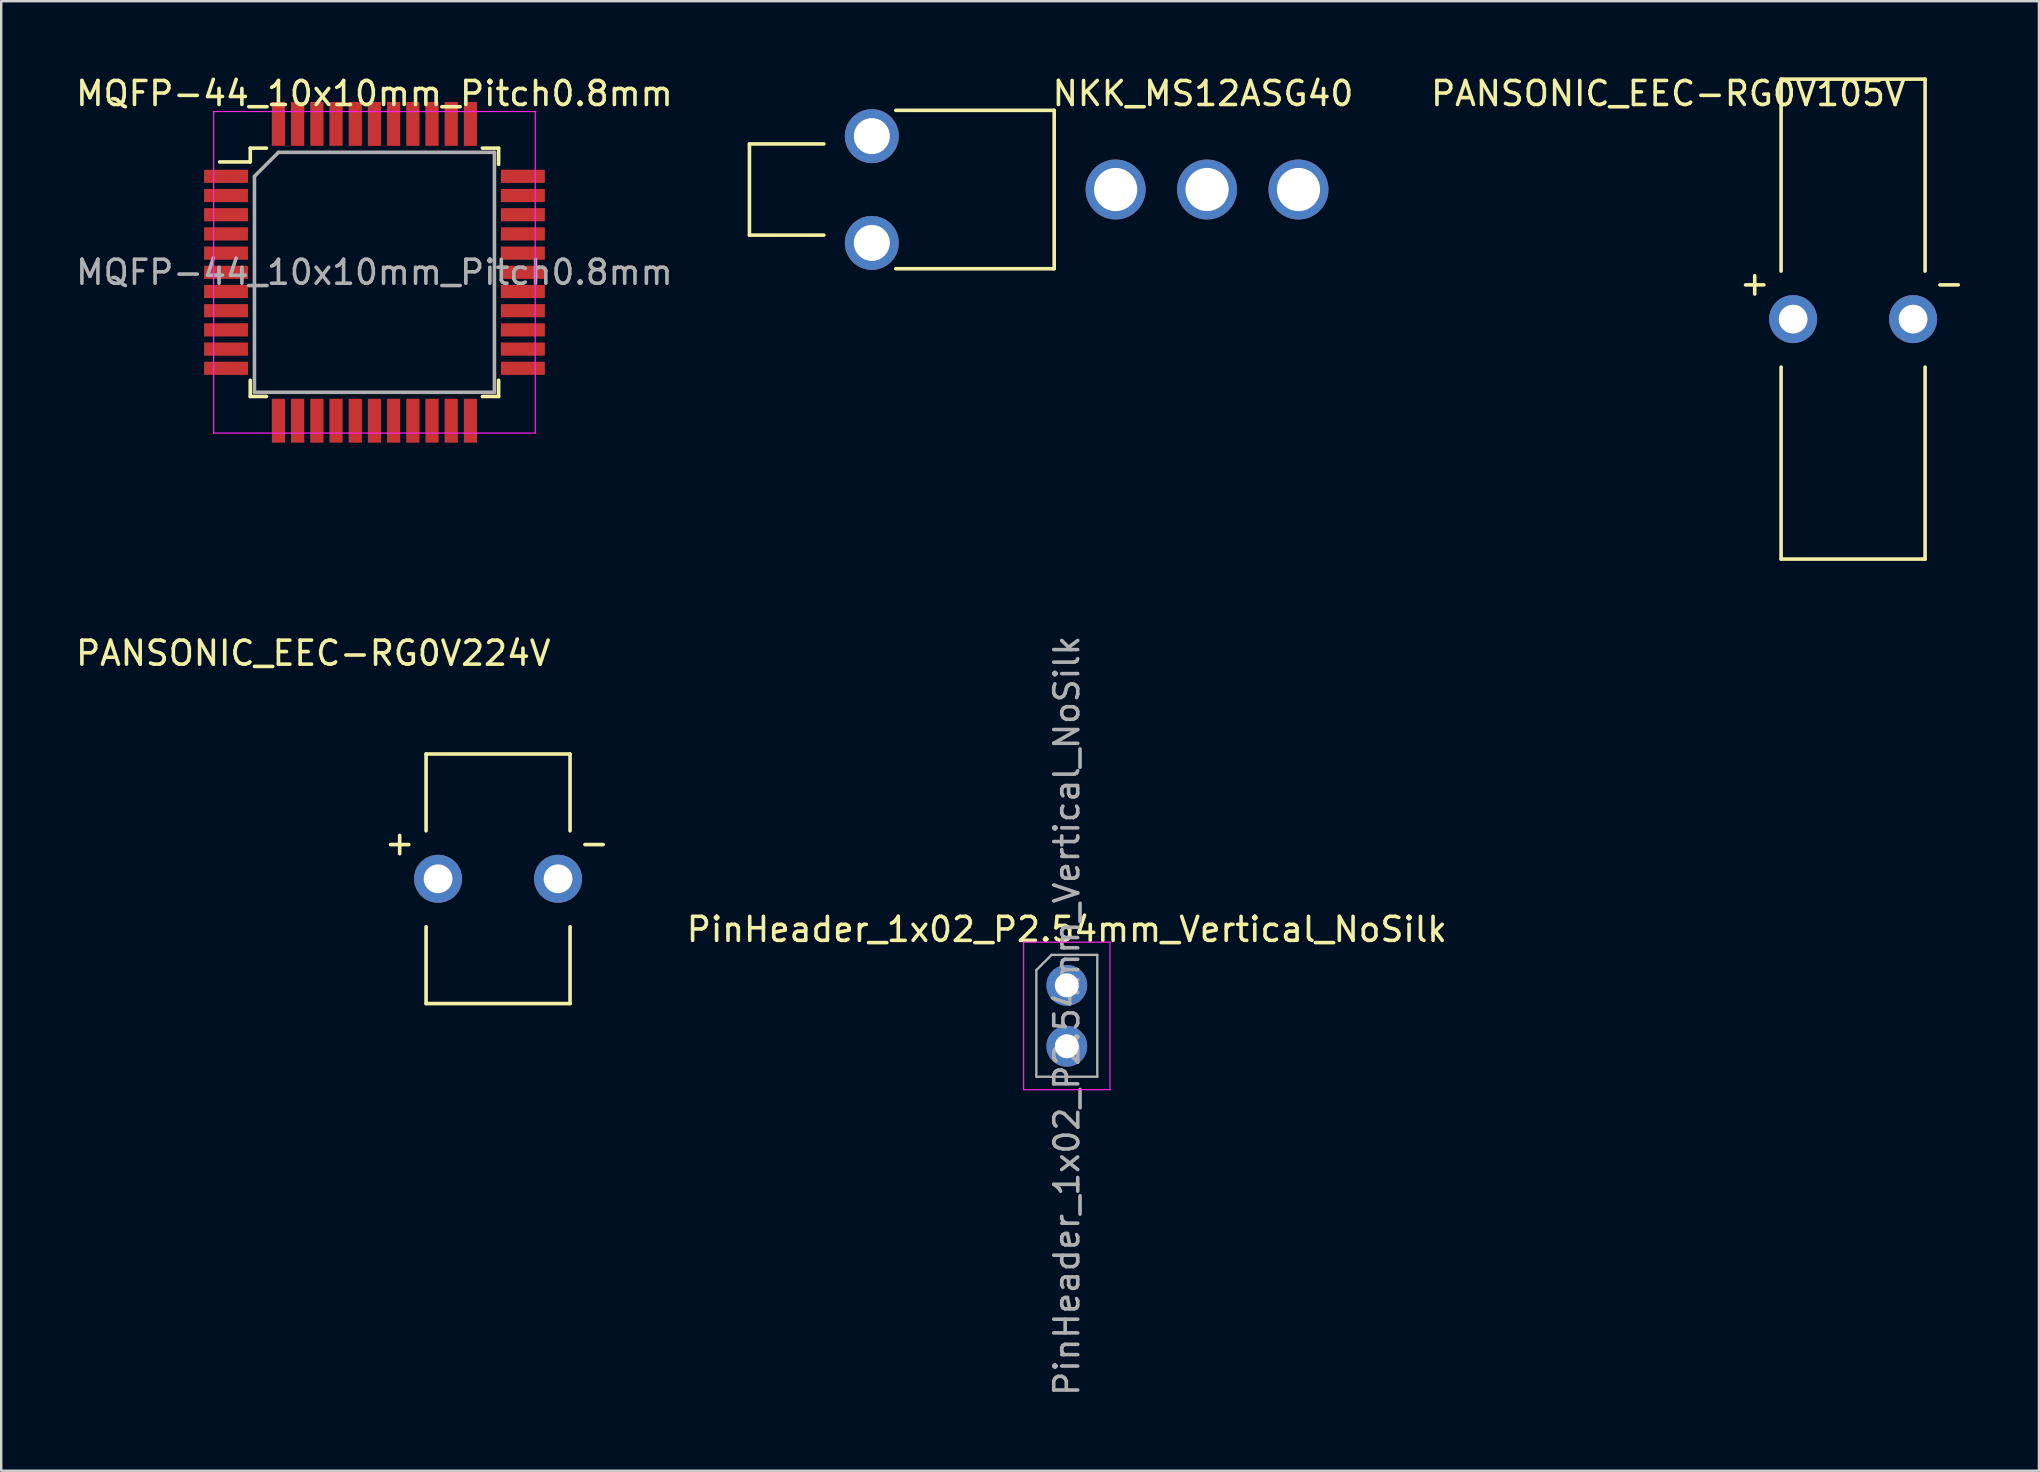
<source format=kicad_pcb>
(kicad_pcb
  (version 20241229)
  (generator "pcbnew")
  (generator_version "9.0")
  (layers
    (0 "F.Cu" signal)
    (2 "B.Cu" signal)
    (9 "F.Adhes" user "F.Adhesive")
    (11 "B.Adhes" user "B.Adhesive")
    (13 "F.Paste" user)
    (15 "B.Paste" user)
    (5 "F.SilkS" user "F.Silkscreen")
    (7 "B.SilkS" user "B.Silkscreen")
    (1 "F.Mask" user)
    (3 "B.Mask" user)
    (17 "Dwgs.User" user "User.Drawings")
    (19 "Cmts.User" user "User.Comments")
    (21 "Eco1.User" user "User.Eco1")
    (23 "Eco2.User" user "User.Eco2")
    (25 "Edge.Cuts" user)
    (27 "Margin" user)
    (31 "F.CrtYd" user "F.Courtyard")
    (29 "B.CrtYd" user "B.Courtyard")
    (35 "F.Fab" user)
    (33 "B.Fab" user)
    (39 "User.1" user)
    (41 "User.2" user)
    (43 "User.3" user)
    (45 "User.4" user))
  (footprint "PinHeader_1x02_P2.54mm_Vertical_NoSilk"
    (layer "F.Cu")
    (at 41.408 38.012)
    (property "Reference" "PinHeader_1x02_P2.54mm_Vertical_NoSilk" (at 0 -2.33 0) (layer "F.SilkS") (effects (font (size 1 1) (thickness 0.15))))
    (attr through_hole)
    (fp_line (start -1.8 -1.8) (end -1.8 4.35) (stroke (width 0.05) (type solid)) (layer "F.CrtYd"))
    (fp_line (start -1.8 4.35) (end 1.8 4.35) (stroke (width 0.05) (type solid)) (layer "F.CrtYd"))
    (fp_line (start 1.8 -1.8) (end -1.8 -1.8) (stroke (width 0.05) (type solid)) (layer "F.CrtYd"))
    (fp_line (start 1.8 4.35) (end 1.8 -1.8) (stroke (width 0.05) (type solid)) (layer "F.CrtYd"))
    (fp_line (start -1.27 -0.635) (end -0.635 -1.27) (stroke (width 0.1) (type solid)) (layer "F.Fab"))
    (fp_line (start -1.27 3.81) (end -1.27 -0.635) (stroke (width 0.1) (type solid)) (layer "F.Fab"))
    (fp_line (start -0.635 -1.27) (end 1.27 -1.27) (stroke (width 0.1) (type solid)) (layer "F.Fab"))
    (fp_line (start 1.27 -1.27) (end 1.27 3.81) (stroke (width 0.1) (type solid)) (layer "F.Fab"))
    (fp_line (start 1.27 3.81) (end -1.27 3.81) (stroke (width 0.1) (type solid)) (layer "F.Fab"))
    (fp_text user "${REFERENCE}" (at 0 1.27 90) (layer "F.Fab") (effects (font (size 1 1) (thickness 0.15))))
    (pad "1" thru_hole circle (at 0 0) (size 1.7 1.7) (drill 1) (layers "*.Cu" "*.Mask"))
    (pad "2" thru_hole oval (at 0 2.54) (size 1.7 1.7) (drill 1) (layers "*.Cu" "*.Mask")))
  (footprint "PANSONIC_EEC-RG0V105V"
    (layer "F.Cu")
    (at 74.175 10.248)
    (property "Reference" "PANSONIC_EEC-RG0V105V" (at -7.7 -9.4 0) (layer "F.SilkS") (effects (font (size 1 1) (thickness 0.15))))
    (attr through_hole)
    (fp_line (start -3 -10) (end 3 -10) (stroke (width 0.15) (type solid)) (layer "F.SilkS"))
    (fp_line (start -3 -2) (end -3 -10) (stroke (width 0.15) (type solid)) (layer "F.SilkS"))
    (fp_line (start -3 10) (end -3 2) (stroke (width 0.15) (type solid)) (layer "F.SilkS"))
    (fp_line (start 3 -10) (end 3 -2) (stroke (width 0.15) (type solid)) (layer "F.SilkS"))
    (fp_line (start 3 10) (end -3 10) (stroke (width 0.15) (type solid)) (layer "F.SilkS"))
    (fp_line (start 3 10) (end 3 2) (stroke (width 0.15) (type solid)) (layer "F.SilkS"))
    (fp_text user "-" (at 4 -1.5 0) (layer "F.SilkS") (effects (font (size 1 1) (thickness 0.15))))
    (fp_text user "+" (at -4.1 -1.5 0) (layer "F.SilkS") (effects (font (size 1 1) (thickness 0.15))))
    (pad "1" thru_hole circle (at -2.5 0) (size 2 2) (drill 1.2) (layers "*.Cu" "*.Mask"))
    (pad "2" thru_hole circle (at 2.5 0) (size 2 2) (drill 1.2) (layers "*.Cu" "*.Mask")))
  (footprint "PANSONIC_EEC-RG0V224V"
    (layer "F.Cu")
    (at 17.706 33.572)
    (property "Reference" "PANSONIC_EEC-RG0V224V" (at -7.7 -9.4 0) (layer "F.SilkS") (effects (font (size 1 1) (thickness 0.15))))
    (attr through_hole)
    (fp_line (start -3 -5.2) (end 3 -5.2) (stroke (width 0.15) (type solid)) (layer "F.SilkS"))
    (fp_line (start -3 -2) (end -3 -5.2) (stroke (width 0.15) (type solid)) (layer "F.SilkS"))
    (fp_line (start -3 5.2) (end -3 2) (stroke (width 0.15) (type solid)) (layer "F.SilkS"))
    (fp_line (start 3 -5.2) (end 3 -2) (stroke (width 0.15) (type solid)) (layer "F.SilkS"))
    (fp_line (start 3 5.2) (end -3 5.2) (stroke (width 0.15) (type solid)) (layer "F.SilkS"))
    (fp_line (start 3 5.2) (end 3 2) (stroke (width 0.15) (type solid)) (layer "F.SilkS"))
    (fp_text user "+" (at -4.1 -1.5 0) (layer "F.SilkS") (effects (font (size 1 1) (thickness 0.15))))
    (fp_text user "-" (at 4 -1.5 0) (layer "F.SilkS") (effects (font (size 1 1) (thickness 0.15))))
    (pad "1" thru_hole circle (at -2.5 0) (size 2 2) (drill 1.2) (layers "*.Cu" "*.Mask"))
    (pad "2" thru_hole circle (at 2.5 0) (size 2 2) (drill 1.2) (layers "*.Cu" "*.Mask")))
  (footprint "NKK_MS12ASG40"
    (layer "F.Cu")
    (at 33.282 4.848)
    (property "Reference" "NKK_MS12ASG40" (at 13.8 -4 0) (layer "F.SilkS") (effects (font (size 1 1) (thickness 0.15))))
    (attr through_hole)
    (fp_line (start -5.1 -1.9) (end -2 -1.9) (stroke (width 0.15) (type solid)) (layer "F.SilkS"))
    (fp_line (start -5.1 1.9) (end -5.1 -1.9) (stroke (width 0.15) (type solid)) (layer "F.SilkS"))
    (fp_line (start -2 1.9) (end -5.1 1.9) (stroke (width 0.15) (type solid)) (layer "F.SilkS"))
    (fp_line (start 7.6 -3.3) (end 1 -3.3) (stroke (width 0.15) (type solid)) (layer "F.SilkS"))
    (fp_line (start 7.6 3.3) (end 1 3.3) (stroke (width 0.15) (type solid)) (layer "F.SilkS"))
    (fp_line (start 7.6 3.3) (end 7.6 -3.3) (stroke (width 0.15) (type solid)) (layer "F.SilkS"))
    (pad "1" thru_hole circle (at 10.16 0) (size 2.5 2.5) (drill 1.8) (layers "*.Cu" "*.Mask"))
    (pad "2" thru_hole circle (at 13.97 0) (size 2.5 2.5) (drill 1.8) (layers "*.Cu" "*.Mask"))
    (pad "3" thru_hole circle (at 17.78 0) (size 2.5 2.5) (drill 1.8) (layers "*.Cu" "*.Mask"))
    (pad "~" thru_hole circle (at 0 -2.225) (size 2.25 2.25) (drill 1.5) (layers "*.Cu" "*.Mask"))
    (pad "~" thru_hole circle (at 0 2.225) (size 2.25 2.25) (drill 1.5) (layers "*.Cu" "*.Mask")))
  (footprint "MQFP-44_10x10mm_Pitch0.8mm"
    (layer "F.Cu")
    (at 12.554 8.298)
    (property "Reference" "MQFP-44_10x10mm_Pitch0.8mm" (at 0 -7.45 0) (layer "F.SilkS") (effects (font (size 1 1) (thickness 0.15))))
    (attr smd)
    (fp_line (start -5.175 -5.175) (end -5.175 -4.6) (stroke (width 0.15) (type solid)) (layer "F.SilkS"))
    (fp_line (start -5.175 -5.175) (end -4.5 -5.175) (stroke (width 0.15) (type solid)) (layer "F.SilkS"))
    (fp_line (start -5.175 -4.6) (end -6.45 -4.6) (stroke (width 0.15) (type solid)) (layer "F.SilkS"))
    (fp_line (start -5.175 5.175) (end -5.175 4.5) (stroke (width 0.15) (type solid)) (layer "F.SilkS"))
    (fp_line (start -5.175 5.175) (end -4.5 5.175) (stroke (width 0.15) (type solid)) (layer "F.SilkS"))
    (fp_line (start 5.175 -5.175) (end 4.5 -5.175) (stroke (width 0.15) (type solid)) (layer "F.SilkS"))
    (fp_line (start 5.175 -5.175) (end 5.175 -4.5) (stroke (width 0.15) (type solid)) (layer "F.SilkS"))
    (fp_line (start 5.175 5.175) (end 4.5 5.175) (stroke (width 0.15) (type solid)) (layer "F.SilkS"))
    (fp_line (start 5.175 5.175) (end 5.175 4.5) (stroke (width 0.15) (type solid)) (layer "F.SilkS"))
    (fp_line (start -6.7 -6.7) (end -6.7 6.7) (stroke (width 0.05) (type solid)) (layer "F.CrtYd"))
    (fp_line (start -6.7 -6.7) (end 6.7 -6.7) (stroke (width 0.05) (type solid)) (layer "F.CrtYd"))
    (fp_line (start -6.7 6.7) (end 6.7 6.7) (stroke (width 0.05) (type solid)) (layer "F.CrtYd"))
    (fp_line (start 6.7 -6.7) (end 6.7 6.7) (stroke (width 0.05) (type solid)) (layer "F.CrtYd"))
    (fp_line (start -5 -4) (end -4 -5) (stroke (width 0.15) (type solid)) (layer "F.Fab"))
    (fp_line (start -5 5) (end -5 -4) (stroke (width 0.15) (type solid)) (layer "F.Fab"))
    (fp_line (start -4 -5) (end 5 -5) (stroke (width 0.15) (type solid)) (layer "F.Fab"))
    (fp_line (start 5 -5) (end 5 5) (stroke (width 0.15) (type solid)) (layer "F.Fab"))
    (fp_line (start 5 5) (end -5 5) (stroke (width 0.15) (type solid)) (layer "F.Fab"))
    (fp_text user "${REFERENCE}" (at 0 0 0) (layer "F.Fab") (effects (font (size 1 1) (thickness 0.15))))
    (pad "1" smd rect (at -6.185 -4) (size 1.83 0.55) (layers "F.Cu" "F.Mask" "F.Paste"))
    (pad "2" smd rect (at -6.185 -3.2) (size 1.83 0.55) (layers "F.Cu" "F.Mask" "F.Paste"))
    (pad "3" smd rect (at -6.185 -2.4) (size 1.83 0.55) (layers "F.Cu" "F.Mask" "F.Paste"))
    (pad "4" smd rect (at -6.185 -1.6) (size 1.83 0.55) (layers "F.Cu" "F.Mask" "F.Paste"))
    (pad "5" smd rect (at -6.185 -0.8) (size 1.83 0.55) (layers "F.Cu" "F.Mask" "F.Paste"))
    (pad "6" smd rect (at -6.185 0) (size 1.83 0.55) (layers "F.Cu" "F.Mask" "F.Paste"))
    (pad "7" smd rect (at -6.185 0.8) (size 1.83 0.55) (layers "F.Cu" "F.Mask" "F.Paste"))
    (pad "8" smd rect (at -6.185 1.6) (size 1.83 0.55) (layers "F.Cu" "F.Mask" "F.Paste"))
    (pad "9" smd rect (at -6.185 2.4) (size 1.83 0.55) (layers "F.Cu" "F.Mask" "F.Paste"))
    (pad "10" smd rect (at -6.185 3.2) (size 1.83 0.55) (layers "F.Cu" "F.Mask" "F.Paste"))
    (pad "11" smd rect (at -6.185 4) (size 1.83 0.55) (layers "F.Cu" "F.Mask" "F.Paste"))
    (pad "12" smd rect (at -4 6.185 90) (size 1.83 0.55) (layers "F.Cu" "F.Mask" "F.Paste"))
    (pad "13" smd rect (at -3.2 6.185 90) (size 1.83 0.55) (layers "F.Cu" "F.Mask" "F.Paste"))
    (pad "14" smd rect (at -2.4 6.185 90) (size 1.83 0.55) (layers "F.Cu" "F.Mask" "F.Paste"))
    (pad "15" smd rect (at -1.6 6.185 90) (size 1.83 0.55) (layers "F.Cu" "F.Mask" "F.Paste"))
    (pad "16" smd rect (at -0.8 6.185 90) (size 1.83 0.55) (layers "F.Cu" "F.Mask" "F.Paste"))
    (pad "17" smd rect (at 0 6.185 90) (size 1.83 0.55) (layers "F.Cu" "F.Mask" "F.Paste"))
    (pad "18" smd rect (at 0.8 6.185 90) (size 1.83 0.55) (layers "F.Cu" "F.Mask" "F.Paste"))
    (pad "19" smd rect (at 1.6 6.185 90) (size 1.83 0.55) (layers "F.Cu" "F.Mask" "F.Paste"))
    (pad "20" smd rect (at 2.4 6.185 90) (size 1.83 0.55) (layers "F.Cu" "F.Mask" "F.Paste"))
    (pad "21" smd rect (at 3.2 6.185 90) (size 1.83 0.55) (layers "F.Cu" "F.Mask" "F.Paste"))
    (pad "22" smd rect (at 4 6.185 90) (size 1.83 0.55) (layers "F.Cu" "F.Mask" "F.Paste"))
    (pad "23" smd rect (at 6.185 4) (size 1.83 0.55) (layers "F.Cu" "F.Mask" "F.Paste"))
    (pad "24" smd rect (at 6.185 3.2) (size 1.83 0.55) (layers "F.Cu" "F.Mask" "F.Paste"))
    (pad "25" smd rect (at 6.185 2.4) (size 1.83 0.55) (layers "F.Cu" "F.Mask" "F.Paste"))
    (pad "26" smd rect (at 6.185 1.6) (size 1.83 0.55) (layers "F.Cu" "F.Mask" "F.Paste"))
    (pad "27" smd rect (at 6.185 0.8) (size 1.83 0.55) (layers "F.Cu" "F.Mask" "F.Paste"))
    (pad "28" smd rect (at 6.185 0) (size 1.83 0.55) (layers "F.Cu" "F.Mask" "F.Paste"))
    (pad "29" smd rect (at 6.185 -0.8) (size 1.83 0.55) (layers "F.Cu" "F.Mask" "F.Paste"))
    (pad "30" smd rect (at 6.185 -1.6) (size 1.83 0.55) (layers "F.Cu" "F.Mask" "F.Paste"))
    (pad "31" smd rect (at 6.185 -2.4) (size 1.83 0.55) (layers "F.Cu" "F.Mask" "F.Paste"))
    (pad "32" smd rect (at 6.185 -3.2) (size 1.83 0.55) (layers "F.Cu" "F.Mask" "F.Paste"))
    (pad "33" smd rect (at 6.185 -4) (size 1.83 0.55) (layers "F.Cu" "F.Mask" "F.Paste"))
    (pad "34" smd rect (at 4 -6.185 90) (size 1.83 0.55) (layers "F.Cu" "F.Mask" "F.Paste"))
    (pad "35" smd rect (at 3.2 -6.185 90) (size 1.83 0.55) (layers "F.Cu" "F.Mask" "F.Paste"))
    (pad "36" smd rect (at 2.4 -6.185 90) (size 1.83 0.55) (layers "F.Cu" "F.Mask" "F.Paste"))
    (pad "37" smd rect (at 1.6 -6.185 90) (size 1.83 0.55) (layers "F.Cu" "F.Mask" "F.Paste"))
    (pad "38" smd rect (at 0.8 -6.185 90) (size 1.83 0.55) (layers "F.Cu" "F.Mask" "F.Paste"))
    (pad "39" smd rect (at 0 -6.185 90) (size 1.83 0.55) (layers "F.Cu" "F.Mask" "F.Paste"))
    (pad "40" smd rect (at -0.8 -6.185 90) (size 1.83 0.55) (layers "F.Cu" "F.Mask" "F.Paste"))
    (pad "41" smd rect (at -1.6 -6.185 90) (size 1.83 0.55) (layers "F.Cu" "F.Mask" "F.Paste"))
    (pad "42" smd rect (at -2.4 -6.185 90) (size 1.83 0.55) (layers "F.Cu" "F.Mask" "F.Paste"))
    (pad "43" smd rect (at -3.2 -6.185 90) (size 1.83 0.55) (layers "F.Cu" "F.Mask" "F.Paste"))
    (pad "44" smd rect (at -4 -6.185 90) (size 1.83 0.55) (layers "F.Cu" "F.Mask" "F.Paste")))
  (gr_rect
    (start -3 -3)
    (end 81.919 58.24)
    (stroke (width 0.1) (type default))
    (fill no)
    (layer "Edge.Cuts")))
</source>
